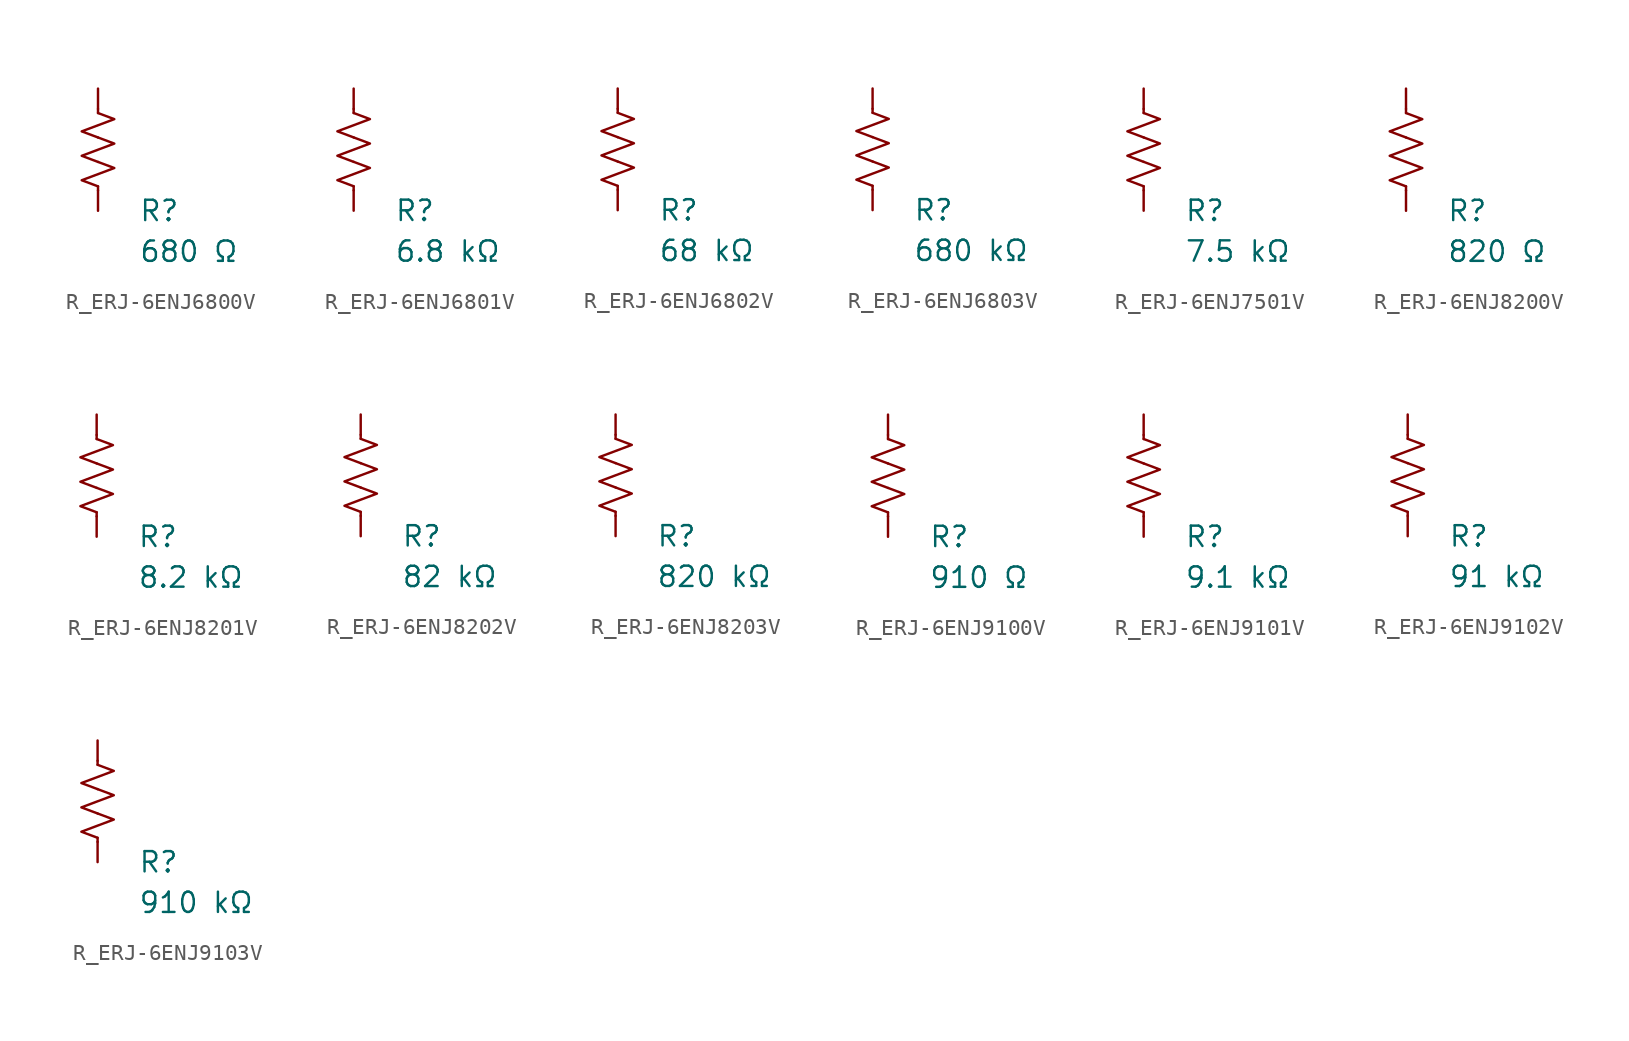
<source format=kicad_sym>
(kicad_symbol_lib
  (version 20231120)
  (generator "kicad_symbol_editor")
  (generator_version "8.0")
  (symbol "R_ERJ-6ENJ6800V"
    (pin_numbers hide)
    (pin_names
      (offset 0))
    (property "Reference" "R"
      (at 2.54 -3.81 0)
      (effects (font (size 1.27 1.27)) (justify left))
      (show_name no))
    (property "Value" "680 Ω"
      (at 2.54 -6.35 0)
      (effects (font (size 1.27 1.27)) (justify left))
      (show_name no))
    (symbol "R_ERJ-6ENJ6800V_0_1"
      (polyline (pts (xy 0 -2.286) (xy 0 -2.54)) (stroke (width 0) (type default)) (fill (type none)))
      (polyline (pts (xy 0 2.286) (xy 0 2.54)) (stroke (width 0) (type default)) (fill (type none)))
      (polyline (pts (xy 0 -0.762) (xy 1.016 -1.143) (xy 0 -1.524) (xy -1.016 -1.905) (xy 0 -2.286)) (stroke (width 0) (type default)) (fill (type none)))
      (polyline (pts (xy 0 0.762) (xy 1.016 0.381) (xy 0 0) (xy -1.016 -0.381) (xy 0 -0.762)) (stroke (width 0) (type default)) (fill (type none)))
      (polyline (pts (xy 0 2.286) (xy 1.016 1.905) (xy 0 1.524) (xy -1.016 1.143) (xy 0 0.762)) (stroke (width 0) (type default)) (fill (type none))))
    (symbol "R_ERJ-6ENJ6800V_1_1"
      (pin passive line (at 0 3.81 270) (length 1.27) (name "~" (effects (font (size 1.27 1.27)))) (number "1" (effects (font (size 1.27 1.27)))))
      (pin passive line (at 0 -3.81 90) (length 1.27) (name "~" (effects (font (size 1.27 1.27)))) (number "2" (effects (font (size 1.27 1.27)))))))
  (symbol "R_ERJ-6ENJ6801V"
    (pin_numbers hide)
    (pin_names
      (offset 0))
    (property "Reference" "R"
      (at 2.54 -3.81 0)
      (effects (font (size 1.27 1.27)) (justify left))
      (show_name no))
    (property "Value" "6.8 kΩ"
      (at 2.54 -6.35 0)
      (effects (font (size 1.27 1.27)) (justify left))
      (show_name no))
    (symbol "R_ERJ-6ENJ6801V_0_1"
      (polyline (pts (xy 0 -2.286) (xy 0 -2.54)) (stroke (width 0) (type default)) (fill (type none)))
      (polyline (pts (xy 0 2.286) (xy 0 2.54)) (stroke (width 0) (type default)) (fill (type none)))
      (polyline (pts (xy 0 -0.762) (xy 1.016 -1.143) (xy 0 -1.524) (xy -1.016 -1.905) (xy 0 -2.286)) (stroke (width 0) (type default)) (fill (type none)))
      (polyline (pts (xy 0 0.762) (xy 1.016 0.381) (xy 0 0) (xy -1.016 -0.381) (xy 0 -0.762)) (stroke (width 0) (type default)) (fill (type none)))
      (polyline (pts (xy 0 2.286) (xy 1.016 1.905) (xy 0 1.524) (xy -1.016 1.143) (xy 0 0.762)) (stroke (width 0) (type default)) (fill (type none))))
    (symbol "R_ERJ-6ENJ6801V_1_1"
      (pin passive line (at 0 3.81 270) (length 1.27) (name "~" (effects (font (size 1.27 1.27)))) (number "1" (effects (font (size 1.27 1.27)))))
      (pin passive line (at 0 -3.81 90) (length 1.27) (name "~" (effects (font (size 1.27 1.27)))) (number "2" (effects (font (size 1.27 1.27)))))))
  (symbol "R_ERJ-6ENJ6802V"
    (pin_numbers hide)
    (pin_names
      (offset 0))
    (property "Reference" "R"
      (at 2.54 -3.81 0)
      (effects (font (size 1.27 1.27)) (justify left))
      (show_name no))
    (property "Value" "68 kΩ"
      (at 2.54 -6.35 0)
      (effects (font (size 1.27 1.27)) (justify left))
      (show_name no))
    (symbol "R_ERJ-6ENJ6802V_0_1"
      (polyline (pts (xy 0 -2.286) (xy 0 -2.54)) (stroke (width 0) (type default)) (fill (type none)))
      (polyline (pts (xy 0 2.286) (xy 0 2.54)) (stroke (width 0) (type default)) (fill (type none)))
      (polyline (pts (xy 0 -0.762) (xy 1.016 -1.143) (xy 0 -1.524) (xy -1.016 -1.905) (xy 0 -2.286)) (stroke (width 0) (type default)) (fill (type none)))
      (polyline (pts (xy 0 0.762) (xy 1.016 0.381) (xy 0 0) (xy -1.016 -0.381) (xy 0 -0.762)) (stroke (width 0) (type default)) (fill (type none)))
      (polyline (pts (xy 0 2.286) (xy 1.016 1.905) (xy 0 1.524) (xy -1.016 1.143) (xy 0 0.762)) (stroke (width 0) (type default)) (fill (type none))))
    (symbol "R_ERJ-6ENJ6802V_1_1"
      (pin passive line (at 0 3.81 270) (length 1.27) (name "~" (effects (font (size 1.27 1.27)))) (number "1" (effects (font (size 1.27 1.27)))))
      (pin passive line (at 0 -3.81 90) (length 1.27) (name "~" (effects (font (size 1.27 1.27)))) (number "2" (effects (font (size 1.27 1.27)))))))
  (symbol "R_ERJ-6ENJ6803V"
    (pin_numbers hide)
    (pin_names
      (offset 0))
    (property "Reference" "R"
      (at 2.54 -3.81 0)
      (effects (font (size 1.27 1.27)) (justify left))
      (show_name no))
    (property "Value" "680 kΩ"
      (at 2.54 -6.35 0)
      (effects (font (size 1.27 1.27)) (justify left))
      (show_name no))
    (symbol "R_ERJ-6ENJ6803V_0_1"
      (polyline (pts (xy 0 -2.286) (xy 0 -2.54)) (stroke (width 0) (type default)) (fill (type none)))
      (polyline (pts (xy 0 2.286) (xy 0 2.54)) (stroke (width 0) (type default)) (fill (type none)))
      (polyline (pts (xy 0 -0.762) (xy 1.016 -1.143) (xy 0 -1.524) (xy -1.016 -1.905) (xy 0 -2.286)) (stroke (width 0) (type default)) (fill (type none)))
      (polyline (pts (xy 0 0.762) (xy 1.016 0.381) (xy 0 0) (xy -1.016 -0.381) (xy 0 -0.762)) (stroke (width 0) (type default)) (fill (type none)))
      (polyline (pts (xy 0 2.286) (xy 1.016 1.905) (xy 0 1.524) (xy -1.016 1.143) (xy 0 0.762)) (stroke (width 0) (type default)) (fill (type none))))
    (symbol "R_ERJ-6ENJ6803V_1_1"
      (pin passive line (at 0 3.81 270) (length 1.27) (name "~" (effects (font (size 1.27 1.27)))) (number "1" (effects (font (size 1.27 1.27)))))
      (pin passive line (at 0 -3.81 90) (length 1.27) (name "~" (effects (font (size 1.27 1.27)))) (number "2" (effects (font (size 1.27 1.27)))))))
  (symbol "R_ERJ-6ENJ7501V"
    (pin_numbers hide)
    (pin_names
      (offset 0))
    (property "Reference" "R"
      (at 2.54 -3.81 0)
      (effects (font (size 1.27 1.27)) (justify left))
      (show_name no))
    (property "Value" "7.5 kΩ"
      (at 2.54 -6.35 0)
      (effects (font (size 1.27 1.27)) (justify left))
      (show_name no))
    (symbol "R_ERJ-6ENJ7501V_0_1"
      (polyline (pts (xy 0 -2.286) (xy 0 -2.54)) (stroke (width 0) (type default)) (fill (type none)))
      (polyline (pts (xy 0 2.286) (xy 0 2.54)) (stroke (width 0) (type default)) (fill (type none)))
      (polyline (pts (xy 0 -0.762) (xy 1.016 -1.143) (xy 0 -1.524) (xy -1.016 -1.905) (xy 0 -2.286)) (stroke (width 0) (type default)) (fill (type none)))
      (polyline (pts (xy 0 0.762) (xy 1.016 0.381) (xy 0 0) (xy -1.016 -0.381) (xy 0 -0.762)) (stroke (width 0) (type default)) (fill (type none)))
      (polyline (pts (xy 0 2.286) (xy 1.016 1.905) (xy 0 1.524) (xy -1.016 1.143) (xy 0 0.762)) (stroke (width 0) (type default)) (fill (type none))))
    (symbol "R_ERJ-6ENJ7501V_1_1"
      (pin passive line (at 0 3.81 270) (length 1.27) (name "~" (effects (font (size 1.27 1.27)))) (number "1" (effects (font (size 1.27 1.27)))))
      (pin passive line (at 0 -3.81 90) (length 1.27) (name "~" (effects (font (size 1.27 1.27)))) (number "2" (effects (font (size 1.27 1.27)))))))
  (symbol "R_ERJ-6ENJ8200V"
    (pin_numbers hide)
    (pin_names
      (offset 0))
    (property "Reference" "R"
      (at 2.54 -3.81 0)
      (effects (font (size 1.27 1.27)) (justify left))
      (show_name no))
    (property "Value" "820 Ω"
      (at 2.54 -6.35 0)
      (effects (font (size 1.27 1.27)) (justify left))
      (show_name no))
    (symbol "R_ERJ-6ENJ8200V_0_1"
      (polyline (pts (xy 0 -2.286) (xy 0 -2.54)) (stroke (width 0) (type default)) (fill (type none)))
      (polyline (pts (xy 0 2.286) (xy 0 2.54)) (stroke (width 0) (type default)) (fill (type none)))
      (polyline (pts (xy 0 -0.762) (xy 1.016 -1.143) (xy 0 -1.524) (xy -1.016 -1.905) (xy 0 -2.286)) (stroke (width 0) (type default)) (fill (type none)))
      (polyline (pts (xy 0 0.762) (xy 1.016 0.381) (xy 0 0) (xy -1.016 -0.381) (xy 0 -0.762)) (stroke (width 0) (type default)) (fill (type none)))
      (polyline (pts (xy 0 2.286) (xy 1.016 1.905) (xy 0 1.524) (xy -1.016 1.143) (xy 0 0.762)) (stroke (width 0) (type default)) (fill (type none))))
    (symbol "R_ERJ-6ENJ8200V_1_1"
      (pin passive line (at 0 3.81 270) (length 1.27) (name "~" (effects (font (size 1.27 1.27)))) (number "1" (effects (font (size 1.27 1.27)))))
      (pin passive line (at 0 -3.81 90) (length 1.27) (name "~" (effects (font (size 1.27 1.27)))) (number "2" (effects (font (size 1.27 1.27)))))))
  (symbol "R_ERJ-6ENJ8201V"
    (pin_numbers hide)
    (pin_names
      (offset 0))
    (property "Reference" "R"
      (at 2.54 -3.81 0)
      (effects (font (size 1.27 1.27)) (justify left))
      (show_name no))
    (property "Value" "8.2 kΩ"
      (at 2.54 -6.35 0)
      (effects (font (size 1.27 1.27)) (justify left))
      (show_name no))
    (symbol "R_ERJ-6ENJ8201V_0_1"
      (polyline (pts (xy 0 -2.286) (xy 0 -2.54)) (stroke (width 0) (type default)) (fill (type none)))
      (polyline (pts (xy 0 2.286) (xy 0 2.54)) (stroke (width 0) (type default)) (fill (type none)))
      (polyline (pts (xy 0 -0.762) (xy 1.016 -1.143) (xy 0 -1.524) (xy -1.016 -1.905) (xy 0 -2.286)) (stroke (width 0) (type default)) (fill (type none)))
      (polyline (pts (xy 0 0.762) (xy 1.016 0.381) (xy 0 0) (xy -1.016 -0.381) (xy 0 -0.762)) (stroke (width 0) (type default)) (fill (type none)))
      (polyline (pts (xy 0 2.286) (xy 1.016 1.905) (xy 0 1.524) (xy -1.016 1.143) (xy 0 0.762)) (stroke (width 0) (type default)) (fill (type none))))
    (symbol "R_ERJ-6ENJ8201V_1_1"
      (pin passive line (at 0 3.81 270) (length 1.27) (name "~" (effects (font (size 1.27 1.27)))) (number "1" (effects (font (size 1.27 1.27)))))
      (pin passive line (at 0 -3.81 90) (length 1.27) (name "~" (effects (font (size 1.27 1.27)))) (number "2" (effects (font (size 1.27 1.27)))))))
  (symbol "R_ERJ-6ENJ8202V"
    (pin_numbers hide)
    (pin_names
      (offset 0))
    (property "Reference" "R"
      (at 2.54 -3.81 0)
      (effects (font (size 1.27 1.27)) (justify left))
      (show_name no))
    (property "Value" "82 kΩ"
      (at 2.54 -6.35 0)
      (effects (font (size 1.27 1.27)) (justify left))
      (show_name no))
    (symbol "R_ERJ-6ENJ8202V_0_1"
      (polyline (pts (xy 0 -2.286) (xy 0 -2.54)) (stroke (width 0) (type default)) (fill (type none)))
      (polyline (pts (xy 0 2.286) (xy 0 2.54)) (stroke (width 0) (type default)) (fill (type none)))
      (polyline (pts (xy 0 -0.762) (xy 1.016 -1.143) (xy 0 -1.524) (xy -1.016 -1.905) (xy 0 -2.286)) (stroke (width 0) (type default)) (fill (type none)))
      (polyline (pts (xy 0 0.762) (xy 1.016 0.381) (xy 0 0) (xy -1.016 -0.381) (xy 0 -0.762)) (stroke (width 0) (type default)) (fill (type none)))
      (polyline (pts (xy 0 2.286) (xy 1.016 1.905) (xy 0 1.524) (xy -1.016 1.143) (xy 0 0.762)) (stroke (width 0) (type default)) (fill (type none))))
    (symbol "R_ERJ-6ENJ8202V_1_1"
      (pin passive line (at 0 3.81 270) (length 1.27) (name "~" (effects (font (size 1.27 1.27)))) (number "1" (effects (font (size 1.27 1.27)))))
      (pin passive line (at 0 -3.81 90) (length 1.27) (name "~" (effects (font (size 1.27 1.27)))) (number "2" (effects (font (size 1.27 1.27)))))))
  (symbol "R_ERJ-6ENJ8203V"
    (pin_numbers hide)
    (pin_names
      (offset 0))
    (property "Reference" "R"
      (at 2.54 -3.81 0)
      (effects (font (size 1.27 1.27)) (justify left))
      (show_name no))
    (property "Value" "820 kΩ"
      (at 2.54 -6.35 0)
      (effects (font (size 1.27 1.27)) (justify left))
      (show_name no))
    (symbol "R_ERJ-6ENJ8203V_0_1"
      (polyline (pts (xy 0 -2.286) (xy 0 -2.54)) (stroke (width 0) (type default)) (fill (type none)))
      (polyline (pts (xy 0 2.286) (xy 0 2.54)) (stroke (width 0) (type default)) (fill (type none)))
      (polyline (pts (xy 0 -0.762) (xy 1.016 -1.143) (xy 0 -1.524) (xy -1.016 -1.905) (xy 0 -2.286)) (stroke (width 0) (type default)) (fill (type none)))
      (polyline (pts (xy 0 0.762) (xy 1.016 0.381) (xy 0 0) (xy -1.016 -0.381) (xy 0 -0.762)) (stroke (width 0) (type default)) (fill (type none)))
      (polyline (pts (xy 0 2.286) (xy 1.016 1.905) (xy 0 1.524) (xy -1.016 1.143) (xy 0 0.762)) (stroke (width 0) (type default)) (fill (type none))))
    (symbol "R_ERJ-6ENJ8203V_1_1"
      (pin passive line (at 0 3.81 270) (length 1.27) (name "~" (effects (font (size 1.27 1.27)))) (number "1" (effects (font (size 1.27 1.27)))))
      (pin passive line (at 0 -3.81 90) (length 1.27) (name "~" (effects (font (size 1.27 1.27)))) (number "2" (effects (font (size 1.27 1.27)))))))
  (symbol "R_ERJ-6ENJ9100V"
    (pin_numbers hide)
    (pin_names
      (offset 0))
    (property "Reference" "R"
      (at 2.54 -3.81 0)
      (effects (font (size 1.27 1.27)) (justify left))
      (show_name no))
    (property "Value" "910 Ω"
      (at 2.54 -6.35 0)
      (effects (font (size 1.27 1.27)) (justify left))
      (show_name no))
    (symbol "R_ERJ-6ENJ9100V_0_1"
      (polyline (pts (xy 0 -2.286) (xy 0 -2.54)) (stroke (width 0) (type default)) (fill (type none)))
      (polyline (pts (xy 0 2.286) (xy 0 2.54)) (stroke (width 0) (type default)) (fill (type none)))
      (polyline (pts (xy 0 -0.762) (xy 1.016 -1.143) (xy 0 -1.524) (xy -1.016 -1.905) (xy 0 -2.286)) (stroke (width 0) (type default)) (fill (type none)))
      (polyline (pts (xy 0 0.762) (xy 1.016 0.381) (xy 0 0) (xy -1.016 -0.381) (xy 0 -0.762)) (stroke (width 0) (type default)) (fill (type none)))
      (polyline (pts (xy 0 2.286) (xy 1.016 1.905) (xy 0 1.524) (xy -1.016 1.143) (xy 0 0.762)) (stroke (width 0) (type default)) (fill (type none))))
    (symbol "R_ERJ-6ENJ9100V_1_1"
      (pin passive line (at 0 3.81 270) (length 1.27) (name "~" (effects (font (size 1.27 1.27)))) (number "1" (effects (font (size 1.27 1.27)))))
      (pin passive line (at 0 -3.81 90) (length 1.27) (name "~" (effects (font (size 1.27 1.27)))) (number "2" (effects (font (size 1.27 1.27)))))))
  (symbol "R_ERJ-6ENJ9101V"
    (pin_numbers hide)
    (pin_names
      (offset 0))
    (property "Reference" "R"
      (at 2.54 -3.81 0)
      (effects (font (size 1.27 1.27)) (justify left))
      (show_name no))
    (property "Value" "9.1 kΩ"
      (at 2.54 -6.35 0)
      (effects (font (size 1.27 1.27)) (justify left))
      (show_name no))
    (symbol "R_ERJ-6ENJ9101V_0_1"
      (polyline (pts (xy 0 -2.286) (xy 0 -2.54)) (stroke (width 0) (type default)) (fill (type none)))
      (polyline (pts (xy 0 2.286) (xy 0 2.54)) (stroke (width 0) (type default)) (fill (type none)))
      (polyline (pts (xy 0 -0.762) (xy 1.016 -1.143) (xy 0 -1.524) (xy -1.016 -1.905) (xy 0 -2.286)) (stroke (width 0) (type default)) (fill (type none)))
      (polyline (pts (xy 0 0.762) (xy 1.016 0.381) (xy 0 0) (xy -1.016 -0.381) (xy 0 -0.762)) (stroke (width 0) (type default)) (fill (type none)))
      (polyline (pts (xy 0 2.286) (xy 1.016 1.905) (xy 0 1.524) (xy -1.016 1.143) (xy 0 0.762)) (stroke (width 0) (type default)) (fill (type none))))
    (symbol "R_ERJ-6ENJ9101V_1_1"
      (pin passive line (at 0 3.81 270) (length 1.27) (name "~" (effects (font (size 1.27 1.27)))) (number "1" (effects (font (size 1.27 1.27)))))
      (pin passive line (at 0 -3.81 90) (length 1.27) (name "~" (effects (font (size 1.27 1.27)))) (number "2" (effects (font (size 1.27 1.27)))))))
  (symbol "R_ERJ-6ENJ9102V"
    (pin_numbers hide)
    (pin_names
      (offset 0))
    (property "Reference" "R"
      (at 2.54 -3.81 0)
      (effects (font (size 1.27 1.27)) (justify left))
      (show_name no))
    (property "Value" "91 kΩ"
      (at 2.54 -6.35 0)
      (effects (font (size 1.27 1.27)) (justify left))
      (show_name no))
    (symbol "R_ERJ-6ENJ9102V_0_1"
      (polyline (pts (xy 0 -2.286) (xy 0 -2.54)) (stroke (width 0) (type default)) (fill (type none)))
      (polyline (pts (xy 0 2.286) (xy 0 2.54)) (stroke (width 0) (type default)) (fill (type none)))
      (polyline (pts (xy 0 -0.762) (xy 1.016 -1.143) (xy 0 -1.524) (xy -1.016 -1.905) (xy 0 -2.286)) (stroke (width 0) (type default)) (fill (type none)))
      (polyline (pts (xy 0 0.762) (xy 1.016 0.381) (xy 0 0) (xy -1.016 -0.381) (xy 0 -0.762)) (stroke (width 0) (type default)) (fill (type none)))
      (polyline (pts (xy 0 2.286) (xy 1.016 1.905) (xy 0 1.524) (xy -1.016 1.143) (xy 0 0.762)) (stroke (width 0) (type default)) (fill (type none))))
    (symbol "R_ERJ-6ENJ9102V_1_1"
      (pin passive line (at 0 3.81 270) (length 1.27) (name "~" (effects (font (size 1.27 1.27)))) (number "1" (effects (font (size 1.27 1.27)))))
      (pin passive line (at 0 -3.81 90) (length 1.27) (name "~" (effects (font (size 1.27 1.27)))) (number "2" (effects (font (size 1.27 1.27)))))))
  (symbol "R_ERJ-6ENJ9103V"
    (pin_numbers hide)
    (pin_names
      (offset 0))
    (property "Reference" "R"
      (at 2.54 -3.81 0)
      (effects (font (size 1.27 1.27)) (justify left))
      (show_name no))
    (property "Value" "910 kΩ"
      (at 2.54 -6.35 0)
      (effects (font (size 1.27 1.27)) (justify left))
      (show_name no))
    (symbol "R_ERJ-6ENJ9103V_0_1"
      (polyline (pts (xy 0 -2.286) (xy 0 -2.54)) (stroke (width 0) (type default)) (fill (type none)))
      (polyline (pts (xy 0 2.286) (xy 0 2.54)) (stroke (width 0) (type default)) (fill (type none)))
      (polyline (pts (xy 0 -0.762) (xy 1.016 -1.143) (xy 0 -1.524) (xy -1.016 -1.905) (xy 0 -2.286)) (stroke (width 0) (type default)) (fill (type none)))
      (polyline (pts (xy 0 0.762) (xy 1.016 0.381) (xy 0 0) (xy -1.016 -0.381) (xy 0 -0.762)) (stroke (width 0) (type default)) (fill (type none)))
      (polyline (pts (xy 0 2.286) (xy 1.016 1.905) (xy 0 1.524) (xy -1.016 1.143) (xy 0 0.762)) (stroke (width 0) (type default)) (fill (type none))))
    (symbol "R_ERJ-6ENJ9103V_1_1"
      (pin passive line (at 0 3.81 270) (length 1.27) (name "~" (effects (font (size 1.27 1.27)))) (number "1" (effects (font (size 1.27 1.27)))))
      (pin passive line (at 0 -3.81 90) (length 1.27) (name "~" (effects (font (size 1.27 1.27)))) (number "2" (effects (font (size 1.27 1.27))))))))
</source>
